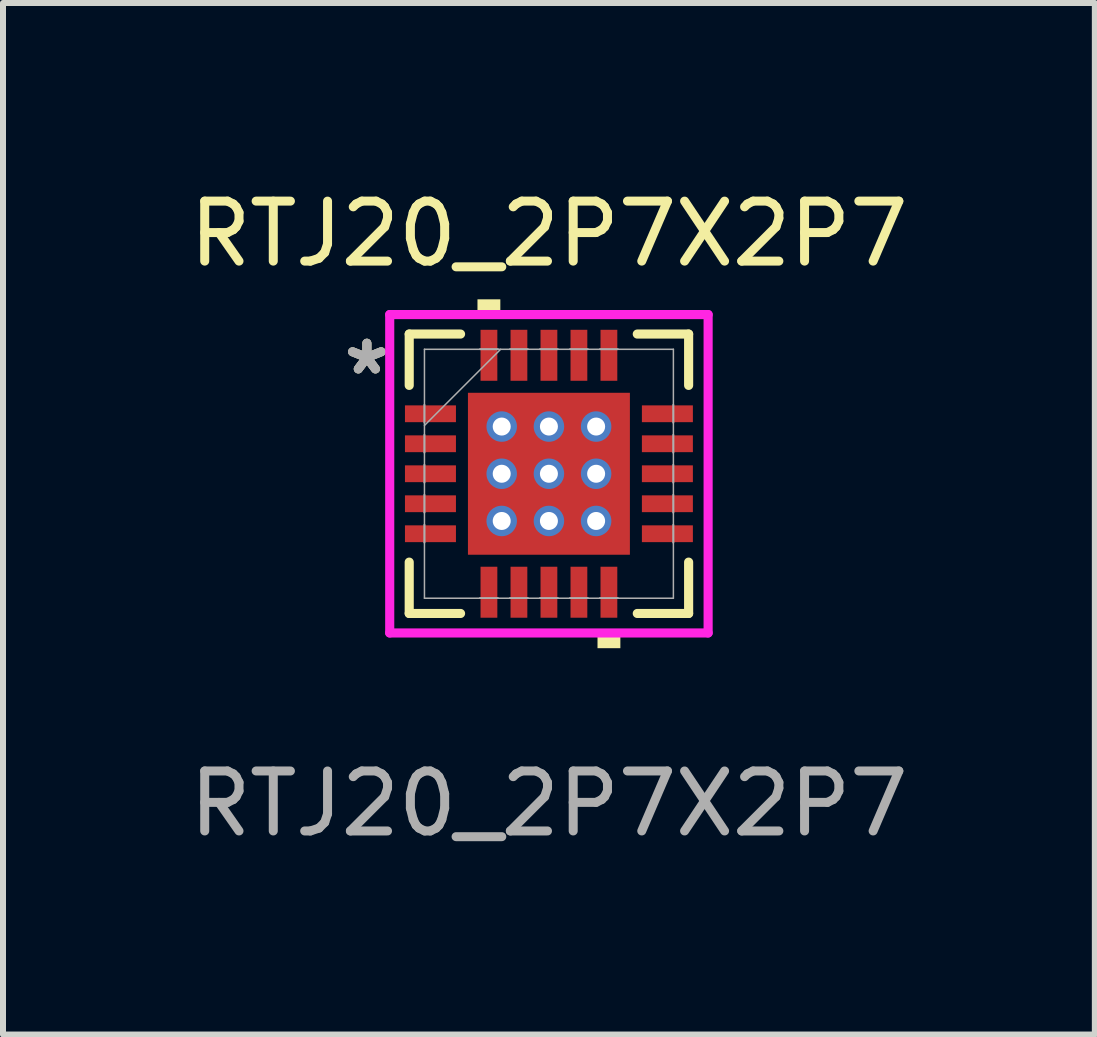
<source format=kicad_pcb>
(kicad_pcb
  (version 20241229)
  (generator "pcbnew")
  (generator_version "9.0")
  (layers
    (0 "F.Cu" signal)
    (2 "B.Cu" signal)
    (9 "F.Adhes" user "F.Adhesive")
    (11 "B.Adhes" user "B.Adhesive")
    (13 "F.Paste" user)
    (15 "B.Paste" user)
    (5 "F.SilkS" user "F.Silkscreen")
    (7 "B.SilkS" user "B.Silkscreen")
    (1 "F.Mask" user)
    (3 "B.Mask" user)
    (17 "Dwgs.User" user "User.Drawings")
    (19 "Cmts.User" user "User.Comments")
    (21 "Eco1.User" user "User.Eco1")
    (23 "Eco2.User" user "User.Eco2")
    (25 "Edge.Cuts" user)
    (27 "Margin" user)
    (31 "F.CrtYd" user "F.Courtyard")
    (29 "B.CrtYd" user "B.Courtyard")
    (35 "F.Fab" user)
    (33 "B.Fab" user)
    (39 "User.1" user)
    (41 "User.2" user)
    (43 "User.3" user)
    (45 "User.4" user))
  (footprint "RTJ20_2P7X2P7"
    (layer "F.Cu")
    (at 6.101 4.848)
    (property "Reference" "RTJ20_2P7X2P7" (at 0 -4 0) (unlocked yes) (layer "F.SilkS") (effects (font (size 1 1) (thickness 0.15))))
    (attr smd)
    (fp_poly (pts (xy -2.45 -1.19) (xy -2.45 -0.81) (xy -1.5 -0.81) (xy -1.5 -1.19)) (stroke (width 0) (type solid)) (fill yes) (layer "F.Mask"))
    (fp_poly (pts (xy -2.45 -0.69) (xy -2.45 -0.31) (xy -1.5 -0.31) (xy -1.5 -0.69)) (stroke (width 0) (type solid)) (fill yes) (layer "F.Mask"))
    (fp_poly (pts (xy -2.45 -0.19) (xy -2.45 0.19) (xy -1.5 0.19) (xy -1.5 -0.19)) (stroke (width 0) (type solid)) (fill yes) (layer "F.Mask"))
    (fp_poly (pts (xy -2.45 0.31) (xy -2.45 0.69) (xy -1.5 0.69) (xy -1.5 0.31)) (stroke (width 0) (type solid)) (fill yes) (layer "F.Mask"))
    (fp_poly (pts (xy -2.45 0.81) (xy -2.45 1.19) (xy -1.5 1.19) (xy -1.5 0.81)) (stroke (width 0) (type solid)) (fill yes) (layer "F.Mask"))
    (fp_poly (pts (xy -1.413 -1.413) (xy -0.987 -1.413) (xy -0.987 1.413) (xy -1.413 1.413)) (stroke (width 0) (type solid)) (fill yes) (layer "F.Mask"))
    (fp_poly (pts (xy -1.413 -1.413) (xy 1.413 -1.413) (xy 1.413 -0.987) (xy -1.413 -0.987)) (stroke (width 0) (type solid)) (fill yes) (layer "F.Mask"))
    (fp_poly (pts (xy -1.413 -0.587) (xy 1.413 -0.587) (xy 1.413 -0.2) (xy -1.413 -0.2)) (stroke (width 0) (type solid)) (fill yes) (layer "F.Mask"))
    (fp_poly (pts (xy -1.413 0.2) (xy 1.413 0.2) (xy 1.413 0.587) (xy -1.413 0.587)) (stroke (width 0) (type solid)) (fill yes) (layer "F.Mask"))
    (fp_poly (pts (xy -1.413 0.987) (xy 1.413 0.987) (xy 1.413 1.413) (xy -1.413 1.413)) (stroke (width 0) (type solid)) (fill yes) (layer "F.Mask"))
    (fp_poly (pts (xy -1.19 -2.45) (xy -1.19 -1.5) (xy -0.81 -1.5) (xy -0.81 -2.45)) (stroke (width 0) (type solid)) (fill yes) (layer "F.Mask"))
    (fp_poly (pts (xy -1.19 1.5) (xy -1.19 2.45) (xy -0.81 2.45) (xy -0.81 1.5)) (stroke (width 0) (type solid)) (fill yes) (layer "F.Mask"))
    (fp_poly (pts (xy -0.69 -2.45) (xy -0.69 -1.5) (xy -0.31 -1.5) (xy -0.31 -2.45)) (stroke (width 0) (type solid)) (fill yes) (layer "F.Mask"))
    (fp_poly (pts (xy -0.69 1.5) (xy -0.69 2.45) (xy -0.31 2.45) (xy -0.31 1.5)) (stroke (width 0) (type solid)) (fill yes) (layer "F.Mask"))
    (fp_poly (pts (xy -0.2 -1.413) (xy -0.587 -1.413) (xy -0.587 1.413) (xy -0.2 1.413)) (stroke (width 0) (type solid)) (fill yes) (layer "F.Mask"))
    (fp_poly (pts (xy -0.19 -2.45) (xy -0.19 -1.5) (xy 0.19 -1.5) (xy 0.19 -2.45)) (stroke (width 0) (type solid)) (fill yes) (layer "F.Mask"))
    (fp_poly (pts (xy -0.19 1.5) (xy -0.19 2.45) (xy 0.19 2.45) (xy 0.19 1.5)) (stroke (width 0) (type solid)) (fill yes) (layer "F.Mask"))
    (fp_poly (pts (xy 0.31 -2.45) (xy 0.31 -1.5) (xy 0.69 -1.5) (xy 0.69 -2.45)) (stroke (width 0) (type solid)) (fill yes) (layer "F.Mask"))
    (fp_poly (pts (xy 0.31 1.5) (xy 0.31 2.45) (xy 0.69 2.45) (xy 0.69 1.5)) (stroke (width 0) (type solid)) (fill yes) (layer "F.Mask"))
    (fp_poly (pts (xy 0.587 -1.413) (xy 0.2 -1.413) (xy 0.2 1.413) (xy 0.587 1.413)) (stroke (width 0) (type solid)) (fill yes) (layer "F.Mask"))
    (fp_poly (pts (xy 0.81 -2.45) (xy 0.81 -1.5) (xy 1.19 -1.5) (xy 1.19 -2.45)) (stroke (width 0) (type solid)) (fill yes) (layer "F.Mask"))
    (fp_poly (pts (xy 0.81 1.5) (xy 0.81 2.45) (xy 1.19 2.45) (xy 1.19 1.5)) (stroke (width 0) (type solid)) (fill yes) (layer "F.Mask"))
    (fp_poly (pts (xy 0.987 -1.413) (xy 1.413 -1.413) (xy 1.413 1.413) (xy 0.987 1.413)) (stroke (width 0) (type solid)) (fill yes) (layer "F.Mask"))
    (fp_poly (pts (xy 1.5 -1.19) (xy 1.5 -0.81) (xy 2.45 -0.81) (xy 2.45 -1.19)) (stroke (width 0) (type solid)) (fill yes) (layer "F.Mask"))
    (fp_poly (pts (xy 1.5 -0.69) (xy 1.5 -0.31) (xy 2.45 -0.31) (xy 2.45 -0.69)) (stroke (width 0) (type solid)) (fill yes) (layer "F.Mask"))
    (fp_poly (pts (xy 1.5 -0.19) (xy 1.5 0.19) (xy 2.45 0.19) (xy 2.45 -0.19)) (stroke (width 0) (type solid)) (fill yes) (layer "F.Mask"))
    (fp_poly (pts (xy 1.5 0.31) (xy 1.5 0.69) (xy 2.45 0.69) (xy 2.45 0.31)) (stroke (width 0) (type solid)) (fill yes) (layer "F.Mask"))
    (fp_poly (pts (xy 1.5 0.81) (xy 1.5 1.19) (xy 2.45 1.19) (xy 2.45 0.81)) (stroke (width 0) (type solid)) (fill yes) (layer "F.Mask"))
    (fp_line (start -2.329 -2.329) (end -2.329 -1.473) (stroke (width 0.152) (type solid)) (layer "F.SilkS"))
    (fp_line (start -2.329 1.473) (end -2.329 2.329) (stroke (width 0.152) (type solid)) (layer "F.SilkS"))
    (fp_line (start -2.329 2.329) (end -1.473 2.329) (stroke (width 0.152) (type solid)) (layer "F.SilkS"))
    (fp_line (start -1.473 -2.329) (end -2.329 -2.329) (stroke (width 0.152) (type solid)) (layer "F.SilkS"))
    (fp_line (start 1.473 2.329) (end 2.329 2.329) (stroke (width 0.152) (type solid)) (layer "F.SilkS"))
    (fp_line (start 2.329 -2.329) (end 1.473 -2.329) (stroke (width 0.152) (type solid)) (layer "F.SilkS"))
    (fp_line (start 2.329 -1.473) (end 2.329 -2.329) (stroke (width 0.152) (type solid)) (layer "F.SilkS"))
    (fp_line (start 2.329 2.329) (end 2.329 1.473) (stroke (width 0.152) (type solid)) (layer "F.SilkS"))
    (fp_poly (pts (xy -1.191 -2.654) (xy -1.191 -2.908) (xy -0.81 -2.908) (xy -0.81 -2.654)) (stroke (width 0) (type solid)) (fill yes) (layer "F.SilkS"))
    (fp_poly (pts (xy 0.81 2.654) (xy 0.81 2.908) (xy 1.191 2.908) (xy 1.191 2.654)) (stroke (width 0) (type solid)) (fill yes) (layer "F.SilkS"))
    (fp_poly (pts (xy -2.375 -1.115) (xy -2.375 -0.885) (xy -1.575 -0.885) (xy -1.575 -1.115)) (stroke (width 0) (type solid)) (fill yes) (layer "F.Paste"))
    (fp_poly (pts (xy -2.375 -0.615) (xy -2.375 -0.385) (xy -1.575 -0.385) (xy -1.575 -0.615)) (stroke (width 0) (type solid)) (fill yes) (layer "F.Paste"))
    (fp_poly (pts (xy -2.375 -0.115) (xy -2.375 0.115) (xy -1.575 0.115) (xy -1.575 -0.115)) (stroke (width 0) (type solid)) (fill yes) (layer "F.Paste"))
    (fp_poly (pts (xy -2.375 0.385) (xy -2.375 0.615) (xy -1.575 0.615) (xy -1.575 0.385)) (stroke (width 0) (type solid)) (fill yes) (layer "F.Paste"))
    (fp_poly (pts (xy -2.375 0.885) (xy -2.375 1.115) (xy -1.575 1.115) (xy -1.575 0.885)) (stroke (width 0) (type solid)) (fill yes) (layer "F.Paste"))
    (fp_poly (pts (xy -1.115 -2.375) (xy -1.115 -1.575) (xy -0.885 -1.575) (xy -0.885 -2.375)) (stroke (width 0) (type solid)) (fill yes) (layer "F.Paste"))
    (fp_poly (pts (xy -1.115 1.575) (xy -1.115 2.375) (xy -0.885 2.375) (xy -0.885 1.575)) (stroke (width 0) (type solid)) (fill yes) (layer "F.Paste"))
    (fp_poly (pts (xy -0.615 -2.375) (xy -0.615 -1.575) (xy -0.385 -1.575) (xy -0.385 -2.375)) (stroke (width 0) (type solid)) (fill yes) (layer "F.Paste"))
    (fp_poly (pts (xy -0.615 1.575) (xy -0.615 2.375) (xy -0.385 2.375) (xy -0.385 1.575)) (stroke (width 0) (type solid)) (fill yes) (layer "F.Paste"))
    (fp_poly (pts (xy -0.115 -2.375) (xy -0.115 -1.575) (xy 0.115 -1.575) (xy 0.115 -2.375)) (stroke (width 0) (type solid)) (fill yes) (layer "F.Paste"))
    (fp_poly (pts (xy -0.115 1.575) (xy -0.115 2.375) (xy 0.115 2.375) (xy 0.115 1.575)) (stroke (width 0) (type solid)) (fill yes) (layer "F.Paste"))
    (fp_poly (pts (xy 0.385 -2.375) (xy 0.385 -1.575) (xy 0.615 -1.575) (xy 0.615 -2.375)) (stroke (width 0) (type solid)) (fill yes) (layer "F.Paste"))
    (fp_poly (pts (xy 0.385 1.575) (xy 0.385 2.375) (xy 0.615 2.375) (xy 0.615 1.575)) (stroke (width 0) (type solid)) (fill yes) (layer "F.Paste"))
    (fp_poly (pts (xy 0.885 -2.375) (xy 0.885 -1.575) (xy 1.115 -1.575) (xy 1.115 -2.375)) (stroke (width 0) (type solid)) (fill yes) (layer "F.Paste"))
    (fp_poly (pts (xy 0.885 1.575) (xy 0.885 2.375) (xy 1.115 2.375) (xy 1.115 1.575)) (stroke (width 0) (type solid)) (fill yes) (layer "F.Paste"))
    (fp_poly (pts (xy 1.575 -1.115) (xy 1.575 -0.885) (xy 2.375 -0.885) (xy 2.375 -1.115)) (stroke (width 0) (type solid)) (fill yes) (layer "F.Paste"))
    (fp_poly (pts (xy 1.575 -0.615) (xy 1.575 -0.385) (xy 2.375 -0.385) (xy 2.375 -0.615)) (stroke (width 0) (type solid)) (fill yes) (layer "F.Paste"))
    (fp_poly (pts (xy 1.575 -0.115) (xy 1.575 0.115) (xy 2.375 0.115) (xy 2.375 -0.115)) (stroke (width 0) (type solid)) (fill yes) (layer "F.Paste"))
    (fp_poly (pts (xy 1.575 0.385) (xy 1.575 0.615) (xy 2.375 0.615) (xy 2.375 0.385)) (stroke (width 0) (type solid)) (fill yes) (layer "F.Paste"))
    (fp_poly (pts (xy 1.575 0.885) (xy 1.575 1.115) (xy 2.375 1.115) (xy 2.375 0.885)) (stroke (width 0) (type solid)) (fill yes) (layer "F.Paste"))
    (fp_poly (pts (xy -1.275 -1.275) (xy -1.275 -0.887) (xy -1.029 -0.887) (xy -0.887 -1.029) (xy -0.887 -1.275)) (stroke (width 0) (type solid)) (fill yes) (layer "F.Paste"))
    (fp_poly (pts (xy -1.275 0.887) (xy -1.275 1.275) (xy -0.887 1.275) (xy -0.887 1.029) (xy -1.029 0.887)) (stroke (width 0) (type solid)) (fill yes) (layer "F.Paste"))
    (fp_poly (pts (xy 0.887 -1.275) (xy 0.887 -1.029) (xy 1.029 -0.887) (xy 1.275 -0.887) (xy 1.275 -1.275)) (stroke (width 0) (type solid)) (fill yes) (layer "F.Paste"))
    (fp_poly (pts (xy 1.029 0.887) (xy 0.887 1.029) (xy 0.887 1.275) (xy 1.275 1.275) (xy 1.275 0.887)) (stroke (width 0) (type solid)) (fill yes) (layer "F.Paste"))
    (fp_poly (pts (xy -1.275 -0.687) (xy -1.275 -0.1) (xy -1.029 -0.1) (xy -0.887 -0.241) (xy -0.887 -0.546) (xy -1.029 -0.687)) (stroke (width 0) (type solid)) (fill yes) (layer "F.Paste"))
    (fp_poly (pts (xy -1.275 0.1) (xy -1.275 0.687) (xy -1.029 0.687) (xy -0.887 0.546) (xy -0.887 0.241) (xy -1.029 0.1)) (stroke (width 0) (type solid)) (fill yes) (layer "F.Paste"))
    (fp_poly (pts (xy -0.687 -1.275) (xy -0.687 -1.029) (xy -0.546 -0.887) (xy -0.241 -0.887) (xy -0.1 -1.029) (xy -0.1 -1.275)) (stroke (width 0) (type solid)) (fill yes) (layer "F.Paste"))
    (fp_poly (pts (xy -0.546 0.887) (xy -0.687 1.029) (xy -0.687 1.275) (xy -0.1 1.275) (xy -0.1 1.029) (xy -0.241 0.887)) (stroke (width 0) (type solid)) (fill yes) (layer "F.Paste"))
    (fp_poly (pts (xy 0.1 -1.275) (xy 0.1 -1.029) (xy 0.241 -0.887) (xy 0.546 -0.887) (xy 0.687 -1.029) (xy 0.687 -1.275)) (stroke (width 0) (type solid)) (fill yes) (layer "F.Paste"))
    (fp_poly (pts (xy 0.241 0.887) (xy 0.1 1.029) (xy 0.1 1.275) (xy 0.687 1.275) (xy 0.687 1.029) (xy 0.546 0.887)) (stroke (width 0) (type solid)) (fill yes) (layer "F.Paste"))
    (fp_poly (pts (xy 1.029 -0.687) (xy 0.887 -0.546) (xy 0.887 -0.241) (xy 1.029 -0.1) (xy 1.275 -0.1) (xy 1.275 -0.687)) (stroke (width 0) (type solid)) (fill yes) (layer "F.Paste"))
    (fp_poly (pts (xy 1.029 0.1) (xy 0.887 0.241) (xy 0.887 0.546) (xy 1.029 0.687) (xy 1.275 0.687) (xy 1.275 0.1)) (stroke (width 0) (type solid)) (fill yes) (layer "F.Paste"))
    (fp_poly (pts (xy -0.546 -0.687) (xy -0.687 -0.546) (xy -0.687 -0.241) (xy -0.546 -0.1) (xy -0.241 -0.1) (xy -0.1 -0.241) (xy -0.1 -0.546) (xy -0.241 -0.687)) (stroke (width 0) (type solid)) (fill yes) (layer "F.Paste"))
    (fp_poly (pts (xy -0.546 0.1) (xy -0.687 0.241) (xy -0.687 0.546) (xy -0.546 0.687) (xy -0.241 0.687) (xy -0.1 0.546) (xy -0.1 0.241) (xy -0.241 0.1)) (stroke (width 0) (type solid)) (fill yes) (layer "F.Paste"))
    (fp_poly (pts (xy 0.241 -0.687) (xy 0.1 -0.546) (xy 0.1 -0.241) (xy 0.241 -0.1) (xy 0.546 -0.1) (xy 0.687 -0.241) (xy 0.687 -0.546) (xy 0.546 -0.687)) (stroke (width 0) (type solid)) (fill yes) (layer "F.Paste"))
    (fp_poly (pts (xy 0.241 0.1) (xy 0.1 0.241) (xy 0.1 0.546) (xy 0.241 0.687) (xy 0.546 0.687) (xy 0.687 0.546) (xy 0.687 0.241) (xy 0.546 0.1)) (stroke (width 0) (type solid)) (fill yes) (layer "F.Paste"))
    (fp_line (start -2.654 -2.654) (end 2.654 -2.654) (stroke (width 0.152) (type solid)) (layer "F.CrtYd"))
    (fp_line (start -2.654 2.654) (end -2.654 -2.654) (stroke (width 0.152) (type solid)) (layer "F.CrtYd"))
    (fp_line (start 2.654 -2.654) (end 2.654 2.654) (stroke (width 0.152) (type solid)) (layer "F.CrtYd"))
    (fp_line (start 2.654 2.654) (end -2.654 2.654) (stroke (width 0.152) (type solid)) (layer "F.CrtYd"))
    (fp_line (start -2.075 -2.075) (end -2.075 2.075) (stroke (width 0.025) (type solid)) (layer "F.Fab"))
    (fp_line (start -2.075 -1.15) (end -2.075 -1.15) (stroke (width 0.025) (type solid)) (layer "F.Fab"))
    (fp_line (start -2.075 -1.15) (end -2.075 -0.85) (stroke (width 0.025) (type solid)) (layer "F.Fab"))
    (fp_line (start -2.075 -0.85) (end -2.075 -1.15) (stroke (width 0.025) (type solid)) (layer "F.Fab"))
    (fp_line (start -2.075 -0.85) (end -2.075 -0.85) (stroke (width 0.025) (type solid)) (layer "F.Fab"))
    (fp_line (start -2.075 -0.805) (end -0.805 -2.075) (stroke (width 0.025) (type solid)) (layer "F.Fab"))
    (fp_line (start -2.075 -0.65) (end -2.075 -0.65) (stroke (width 0.025) (type solid)) (layer "F.Fab"))
    (fp_line (start -2.075 -0.65) (end -2.075 -0.35) (stroke (width 0.025) (type solid)) (layer "F.Fab"))
    (fp_line (start -2.075 -0.35) (end -2.075 -0.65) (stroke (width 0.025) (type solid)) (layer "F.Fab"))
    (fp_line (start -2.075 -0.35) (end -2.075 -0.35) (stroke (width 0.025) (type solid)) (layer "F.Fab"))
    (fp_line (start -2.075 -0.15) (end -2.075 -0.15) (stroke (width 0.025) (type solid)) (layer "F.Fab"))
    (fp_line (start -2.075 -0.15) (end -2.075 0.15) (stroke (width 0.025) (type solid)) (layer "F.Fab"))
    (fp_line (start -2.075 0.15) (end -2.075 -0.15) (stroke (width 0.025) (type solid)) (layer "F.Fab"))
    (fp_line (start -2.075 0.15) (end -2.075 0.15) (stroke (width 0.025) (type solid)) (layer "F.Fab"))
    (fp_line (start -2.075 0.35) (end -2.075 0.35) (stroke (width 0.025) (type solid)) (layer "F.Fab"))
    (fp_line (start -2.075 0.35) (end -2.075 0.65) (stroke (width 0.025) (type solid)) (layer "F.Fab"))
    (fp_line (start -2.075 0.65) (end -2.075 0.35) (stroke (width 0.025) (type solid)) (layer "F.Fab"))
    (fp_line (start -2.075 0.65) (end -2.075 0.65) (stroke (width 0.025) (type solid)) (layer "F.Fab"))
    (fp_line (start -2.075 0.85) (end -2.075 0.85) (stroke (width 0.025) (type solid)) (layer "F.Fab"))
    (fp_line (start -2.075 0.85) (end -2.075 1.15) (stroke (width 0.025) (type solid)) (layer "F.Fab"))
    (fp_line (start -2.075 1.15) (end -2.075 0.85) (stroke (width 0.025) (type solid)) (layer "F.Fab"))
    (fp_line (start -2.075 1.15) (end -2.075 1.15) (stroke (width 0.025) (type solid)) (layer "F.Fab"))
    (fp_line (start -2.075 2.075) (end 2.075 2.075) (stroke (width 0.025) (type solid)) (layer "F.Fab"))
    (fp_line (start -1.15 -2.075) (end -1.15 -2.075) (stroke (width 0.025) (type solid)) (layer "F.Fab"))
    (fp_line (start -1.15 -2.075) (end -0.85 -2.075) (stroke (width 0.025) (type solid)) (layer "F.Fab"))
    (fp_line (start -1.15 2.075) (end -1.15 2.075) (stroke (width 0.025) (type solid)) (layer "F.Fab"))
    (fp_line (start -1.15 2.075) (end -0.85 2.075) (stroke (width 0.025) (type solid)) (layer "F.Fab"))
    (fp_line (start -0.85 -2.075) (end -1.15 -2.075) (stroke (width 0.025) (type solid)) (layer "F.Fab"))
    (fp_line (start -0.85 -2.075) (end -0.85 -2.075) (stroke (width 0.025) (type solid)) (layer "F.Fab"))
    (fp_line (start -0.85 2.075) (end -1.15 2.075) (stroke (width 0.025) (type solid)) (layer "F.Fab"))
    (fp_line (start -0.85 2.075) (end -0.85 2.075) (stroke (width 0.025) (type solid)) (layer "F.Fab"))
    (fp_line (start -0.65 -2.075) (end -0.65 -2.075) (stroke (width 0.025) (type solid)) (layer "F.Fab"))
    (fp_line (start -0.65 -2.075) (end -0.35 -2.075) (stroke (width 0.025) (type solid)) (layer "F.Fab"))
    (fp_line (start -0.65 2.075) (end -0.65 2.075) (stroke (width 0.025) (type solid)) (layer "F.Fab"))
    (fp_line (start -0.65 2.075) (end -0.35 2.075) (stroke (width 0.025) (type solid)) (layer "F.Fab"))
    (fp_line (start -0.35 -2.075) (end -0.65 -2.075) (stroke (width 0.025) (type solid)) (layer "F.Fab"))
    (fp_line (start -0.35 -2.075) (end -0.35 -2.075) (stroke (width 0.025) (type solid)) (layer "F.Fab"))
    (fp_line (start -0.35 2.075) (end -0.65 2.075) (stroke (width 0.025) (type solid)) (layer "F.Fab"))
    (fp_line (start -0.35 2.075) (end -0.35 2.075) (stroke (width 0.025) (type solid)) (layer "F.Fab"))
    (fp_line (start -0.15 -2.075) (end -0.15 -2.075) (stroke (width 0.025) (type solid)) (layer "F.Fab"))
    (fp_line (start -0.15 -2.075) (end 0.15 -2.075) (stroke (width 0.025) (type solid)) (layer "F.Fab"))
    (fp_line (start -0.15 2.075) (end -0.15 2.075) (stroke (width 0.025) (type solid)) (layer "F.Fab"))
    (fp_line (start -0.15 2.075) (end 0.15 2.075) (stroke (width 0.025) (type solid)) (layer "F.Fab"))
    (fp_line (start 0.15 -2.075) (end -0.15 -2.075) (stroke (width 0.025) (type solid)) (layer "F.Fab"))
    (fp_line (start 0.15 -2.075) (end 0.15 -2.075) (stroke (width 0.025) (type solid)) (layer "F.Fab"))
    (fp_line (start 0.15 2.075) (end -0.15 2.075) (stroke (width 0.025) (type solid)) (layer "F.Fab"))
    (fp_line (start 0.15 2.075) (end 0.15 2.075) (stroke (width 0.025) (type solid)) (layer "F.Fab"))
    (fp_line (start 0.35 -2.075) (end 0.35 -2.075) (stroke (width 0.025) (type solid)) (layer "F.Fab"))
    (fp_line (start 0.35 -2.075) (end 0.65 -2.075) (stroke (width 0.025) (type solid)) (layer "F.Fab"))
    (fp_line (start 0.35 2.075) (end 0.35 2.075) (stroke (width 0.025) (type solid)) (layer "F.Fab"))
    (fp_line (start 0.35 2.075) (end 0.65 2.075) (stroke (width 0.025) (type solid)) (layer "F.Fab"))
    (fp_line (start 0.65 -2.075) (end 0.35 -2.075) (stroke (width 0.025) (type solid)) (layer "F.Fab"))
    (fp_line (start 0.65 -2.075) (end 0.65 -2.075) (stroke (width 0.025) (type solid)) (layer "F.Fab"))
    (fp_line (start 0.65 2.075) (end 0.35 2.075) (stroke (width 0.025) (type solid)) (layer "F.Fab"))
    (fp_line (start 0.65 2.075) (end 0.65 2.075) (stroke (width 0.025) (type solid)) (layer "F.Fab"))
    (fp_line (start 0.85 -2.075) (end 0.85 -2.075) (stroke (width 0.025) (type solid)) (layer "F.Fab"))
    (fp_line (start 0.85 -2.075) (end 1.15 -2.075) (stroke (width 0.025) (type solid)) (layer "F.Fab"))
    (fp_line (start 0.85 2.075) (end 0.85 2.075) (stroke (width 0.025) (type solid)) (layer "F.Fab"))
    (fp_line (start 0.85 2.075) (end 1.15 2.075) (stroke (width 0.025) (type solid)) (layer "F.Fab"))
    (fp_line (start 1.15 -2.075) (end 0.85 -2.075) (stroke (width 0.025) (type solid)) (layer "F.Fab"))
    (fp_line (start 1.15 -2.075) (end 1.15 -2.075) (stroke (width 0.025) (type solid)) (layer "F.Fab"))
    (fp_line (start 1.15 2.075) (end 0.85 2.075) (stroke (width 0.025) (type solid)) (layer "F.Fab"))
    (fp_line (start 1.15 2.075) (end 1.15 2.075) (stroke (width 0.025) (type solid)) (layer "F.Fab"))
    (fp_line (start 2.075 -2.075) (end -2.075 -2.075) (stroke (width 0.025) (type solid)) (layer "F.Fab"))
    (fp_line (start 2.075 -1.15) (end 2.075 -1.15) (stroke (width 0.025) (type solid)) (layer "F.Fab"))
    (fp_line (start 2.075 -1.15) (end 2.075 -0.85) (stroke (width 0.025) (type solid)) (layer "F.Fab"))
    (fp_line (start 2.075 -0.85) (end 2.075 -1.15) (stroke (width 0.025) (type solid)) (layer "F.Fab"))
    (fp_line (start 2.075 -0.85) (end 2.075 -0.85) (stroke (width 0.025) (type solid)) (layer "F.Fab"))
    (fp_line (start 2.075 -0.65) (end 2.075 -0.65) (stroke (width 0.025) (type solid)) (layer "F.Fab"))
    (fp_line (start 2.075 -0.65) (end 2.075 -0.35) (stroke (width 0.025) (type solid)) (layer "F.Fab"))
    (fp_line (start 2.075 -0.35) (end 2.075 -0.65) (stroke (width 0.025) (type solid)) (layer "F.Fab"))
    (fp_line (start 2.075 -0.35) (end 2.075 -0.35) (stroke (width 0.025) (type solid)) (layer "F.Fab"))
    (fp_line (start 2.075 -0.15) (end 2.075 -0.15) (stroke (width 0.025) (type solid)) (layer "F.Fab"))
    (fp_line (start 2.075 -0.15) (end 2.075 0.15) (stroke (width 0.025) (type solid)) (layer "F.Fab"))
    (fp_line (start 2.075 0.15) (end 2.075 -0.15) (stroke (width 0.025) (type solid)) (layer "F.Fab"))
    (fp_line (start 2.075 0.15) (end 2.075 0.15) (stroke (width 0.025) (type solid)) (layer "F.Fab"))
    (fp_line (start 2.075 0.35) (end 2.075 0.35) (stroke (width 0.025) (type solid)) (layer "F.Fab"))
    (fp_line (start 2.075 0.35) (end 2.075 0.65) (stroke (width 0.025) (type solid)) (layer "F.Fab"))
    (fp_line (start 2.075 0.65) (end 2.075 0.35) (stroke (width 0.025) (type solid)) (layer "F.Fab"))
    (fp_line (start 2.075 0.65) (end 2.075 0.65) (stroke (width 0.025) (type solid)) (layer "F.Fab"))
    (fp_line (start 2.075 0.85) (end 2.075 0.85) (stroke (width 0.025) (type solid)) (layer "F.Fab"))
    (fp_line (start 2.075 0.85) (end 2.075 1.15) (stroke (width 0.025) (type solid)) (layer "F.Fab"))
    (fp_line (start 2.075 1.15) (end 2.075 0.85) (stroke (width 0.025) (type solid)) (layer "F.Fab"))
    (fp_line (start 2.075 1.15) (end 2.075 1.15) (stroke (width 0.025) (type solid)) (layer "F.Fab"))
    (fp_line (start 2.075 2.075) (end 2.075 -2.075) (stroke (width 0.025) (type solid)) (layer "F.Fab"))
    (fp_text user "*" (at -3.035 -1.631 0) (unlocked yes) (layer "F.SilkS") (effects (font (size 1 1) (thickness 0.15))))
    (fp_text user "*" (at -3.035 -1.631 0) (unlocked yes) (layer "F.Fab") (effects (font (size 1 1) (thickness 0.15))))
    (fp_text user "${REFERENCE}" (at 0 5.5 0) (unlocked yes) (layer "F.Fab") (effects (font (size 1 1) (thickness 0.15))))
    (fp_text user "*" (at -3.035 -1.631 0) (layer "F.Fab") (effects (font (size 1 1) (thickness 0.15))))
    (pad "1" smd rect (at -1.975 -1 90) (size 0.28 0.85) (layers "F.Cu" "F.Mask"))
    (pad "2" smd rect (at -1.975 -0.5 90) (size 0.28 0.85) (layers "F.Cu" "F.Mask"))
    (pad "3" smd rect (at -1.975 0 90) (size 0.28 0.85) (layers "F.Cu" "F.Mask"))
    (pad "4" smd rect (at -1.975 0.5 90) (size 0.28 0.85) (layers "F.Cu" "F.Mask"))
    (pad "5" smd rect (at -1.975 1 90) (size 0.28 0.85) (layers "F.Cu" "F.Mask"))
    (pad "6" smd rect (at -1 1.975) (size 0.28 0.85) (layers "F.Cu" "F.Mask"))
    (pad "7" smd rect (at -0.5 1.975) (size 0.28 0.85) (layers "F.Cu" "F.Mask"))
    (pad "8" smd rect (at 0 1.975) (size 0.28 0.85) (layers "F.Cu" "F.Mask"))
    (pad "9" smd rect (at 0.5 1.975) (size 0.28 0.85) (layers "F.Cu" "F.Mask"))
    (pad "10" smd rect (at 1 1.975) (size 0.28 0.85) (layers "F.Cu" "F.Mask"))
    (pad "11" smd rect (at 1.975 1 90) (size 0.28 0.85) (layers "F.Cu" "F.Mask"))
    (pad "12" smd rect (at 1.975 0.5 90) (size 0.28 0.85) (layers "F.Cu" "F.Mask"))
    (pad "13" smd rect (at 1.975 0 90) (size 0.28 0.85) (layers "F.Cu" "F.Mask"))
    (pad "14" smd rect (at 1.975 -0.5 90) (size 0.28 0.85) (layers "F.Cu" "F.Mask"))
    (pad "15" smd rect (at 1.975 -1 90) (size 0.28 0.85) (layers "F.Cu" "F.Mask"))
    (pad "16" smd rect (at 1 -1.975) (size 0.28 0.85) (layers "F.Cu" "F.Mask"))
    (pad "17" smd rect (at 0.5 -1.975) (size 0.28 0.85) (layers "F.Cu" "F.Mask"))
    (pad "18" smd rect (at 0 -1.975) (size 0.28 0.85) (layers "F.Cu" "F.Mask"))
    (pad "19" smd rect (at -0.5 -1.975) (size 0.28 0.85) (layers "F.Cu" "F.Mask"))
    (pad "20" smd rect (at -1 -1.975) (size 0.28 0.85) (layers "F.Cu" "F.Mask"))
    (pad "21" thru_hole circle (at -0.787 -0.787) (size 0.508 0.508) (drill 0.3) (layers "*.Cu" "F.Mask"))
    (pad "21" thru_hole circle (at -0.787 0) (size 0.508 0.508) (drill 0.3) (layers "*.Cu" "F.Mask"))
    (pad "21" thru_hole circle (at -0.787 0.787) (size 0.508 0.508) (drill 0.3) (layers "*.Cu" "F.Mask"))
    (pad "21" thru_hole circle (at 0 -0.787) (size 0.508 0.508) (drill 0.3) (layers "*.Cu" "F.Mask"))
    (pad "21" thru_hole circle (at 0 0) (size 0.508 0.508) (drill 0.3) (layers "*.Cu" "F.Mask"))
    (pad "21" smd rect (at 0 0) (size 2.7 2.7) (layers "F.Cu"))
    (pad "21" thru_hole circle (at 0 0.787) (size 0.508 0.508) (drill 0.3) (layers "*.Cu" "F.Mask"))
    (pad "21" thru_hole circle (at 0.787 -0.787) (size 0.508 0.508) (drill 0.3) (layers "*.Cu" "F.Mask"))
    (pad "21" thru_hole circle (at 0.787 0) (size 0.508 0.508) (drill 0.3) (layers "*.Cu" "F.Mask"))
    (pad "21" thru_hole circle (at 0.787 0.787) (size 0.508 0.508) (drill 0.3) (layers "*.Cu" "F.Mask")))
  (gr_rect
    (start -3 -3)
    (end 15.202 14.197)
    (stroke (width 0.1) (type default))
    (fill no)
    (layer "Edge.Cuts")))
</source>
